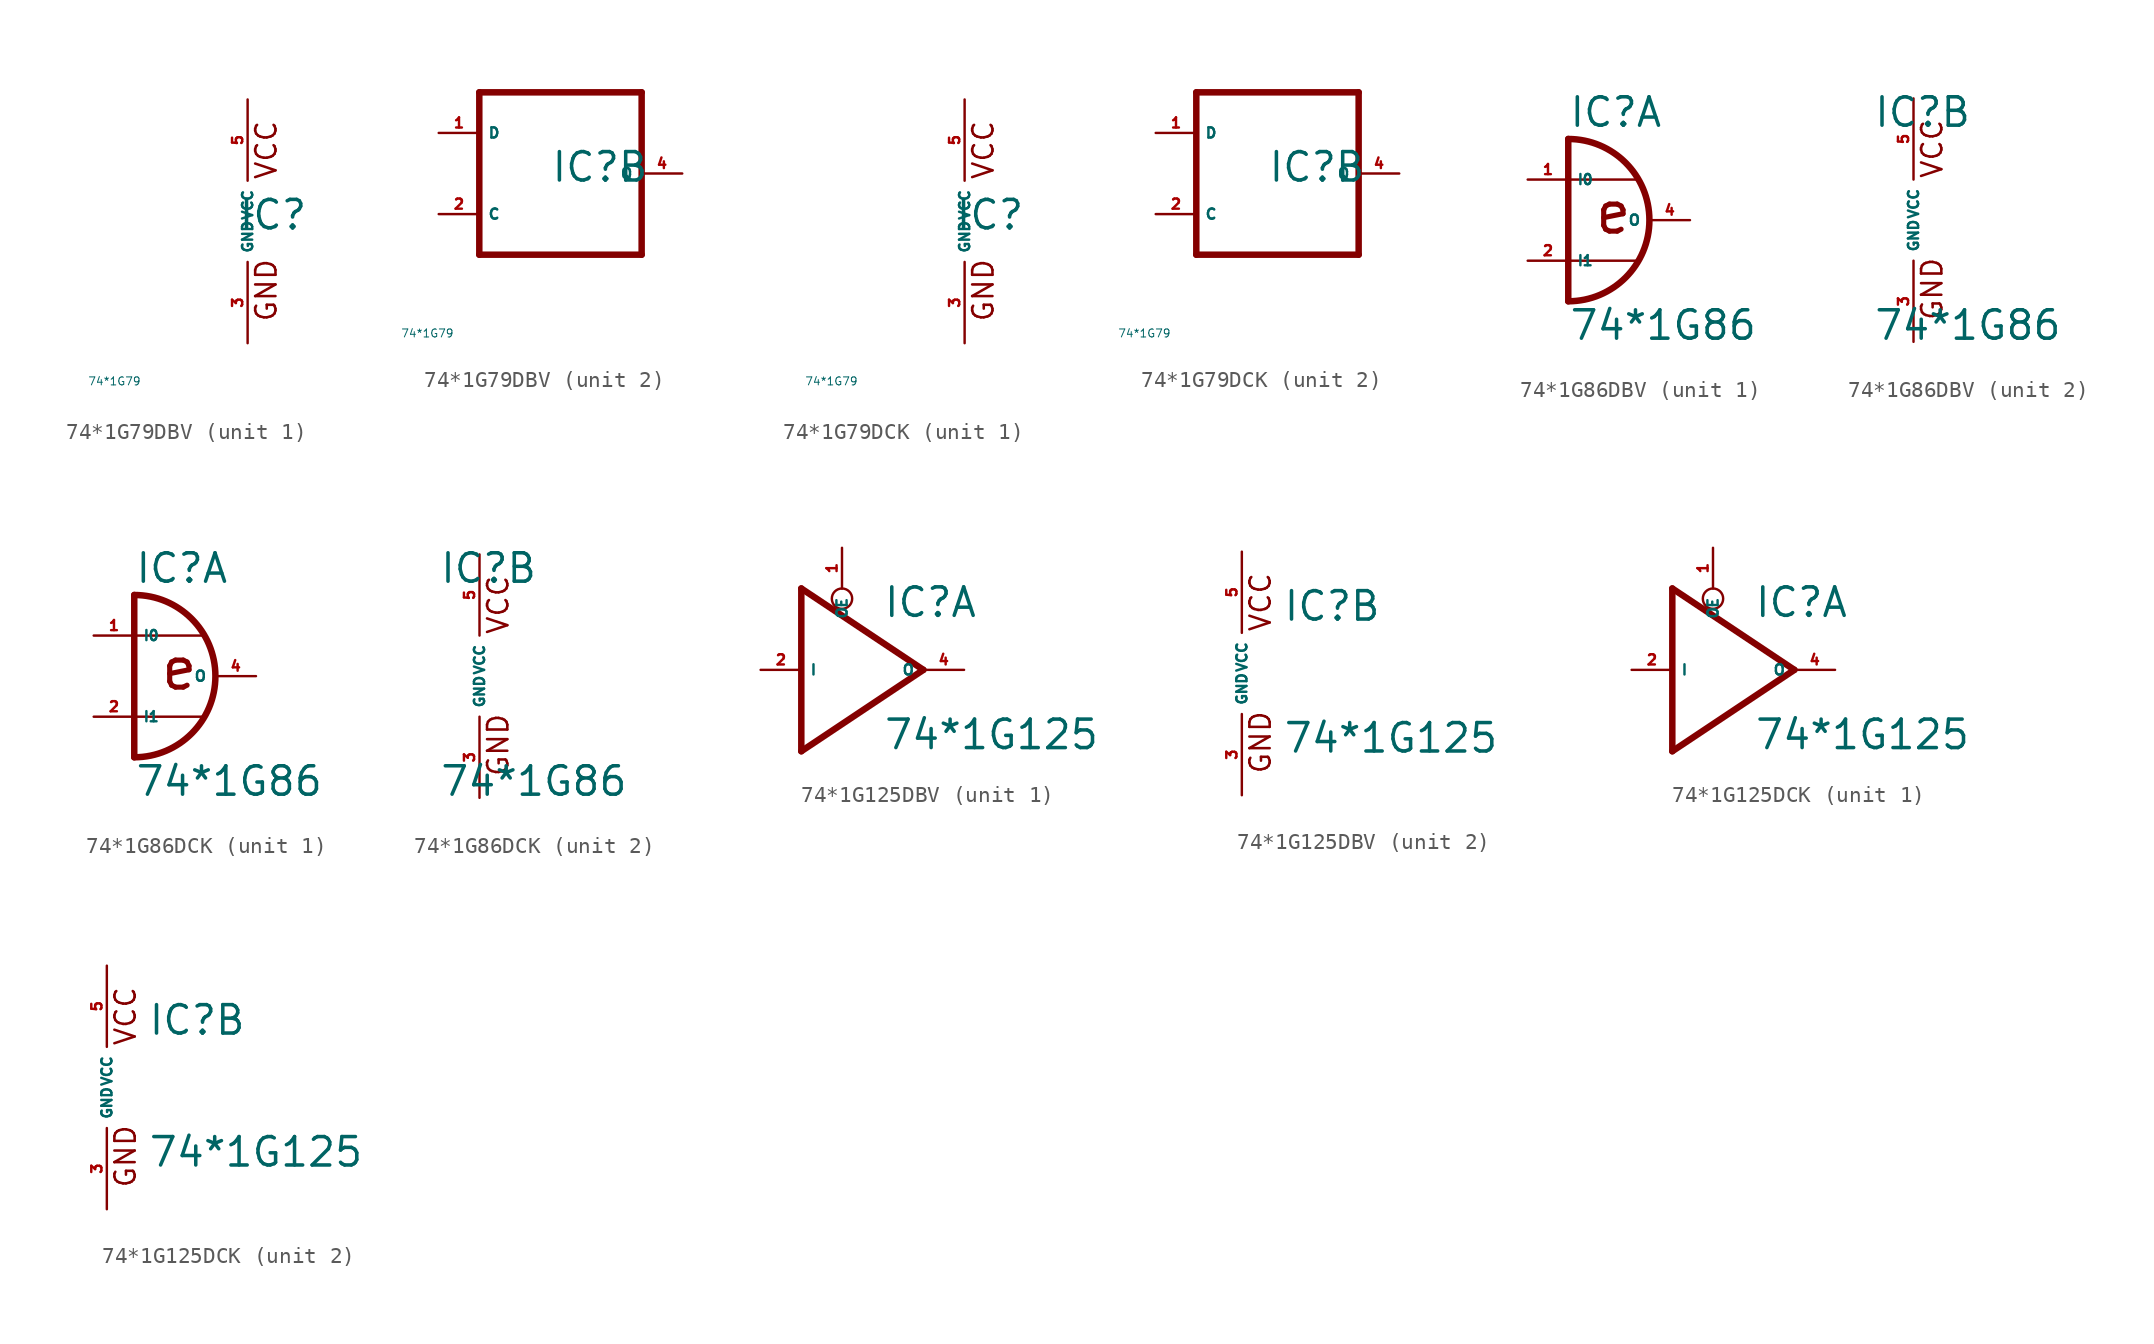
<source format=kicad_sym>
(kicad_symbol_lib
  (version 20220914)
  (generator Eagle2Kicad)
  (symbol "74*1G79DBV"
    (property "Reference" "IC"
      (at -0.635 -0.635 0)
      (effects (font (size 1.778 1.778) (thickness 0.22)) (justify left bottom)))
    (property "Value" "74*1G79"
      (at -10 -10 0)
      (effects (font (size 0.5 0.5) (thickness 0.06)) (justify left)))
    (symbol "74*1G79DBV_1_0"
      (text "GND" (at 1.905 -6.35 900) (effects (font (size 1.27 1.27) (thickness 0.16)) (justify left bottom)))
      (text "VCC" (at 1.905 2.54 900) (effects (font (size 1.27 1.27) (thickness 0.16)) (justify left bottom)))
      (pin unspecified line (at 0 -7.62 90) (length 5.08) (name "GND" (effects (font (size 0.635 0.635) (thickness 0.08)) (justify left bottom))) (number "3" (effects (font (size 0.635 0.635) (thickness 0.08)) (justify left bottom))))
      (pin unspecified line (at 0 7.62 270) (length 5.08) (name "VCC" (effects (font (size 0.635 0.635) (thickness 0.08)) (justify left bottom))) (number "5" (effects (font (size 0.635 0.635) (thickness 0.08)) (justify left bottom)))))
    (symbol "74*1G79DBV_2_0"
      (polyline (pts (xy -5.08 -5.08) (xy 5.08 -5.08)) (stroke (width 0.406) (type default)) (fill (type none)))
      (polyline (pts (xy 5.08 -5.08) (xy 5.08 5.08)) (stroke (width 0.406) (type default)) (fill (type none)))
      (polyline (pts (xy 5.08 5.08) (xy -5.08 5.08)) (stroke (width 0.406) (type default)) (fill (type none)))
      (polyline (pts (xy -5.08 5.08) (xy -5.08 -5.08)) (stroke (width 0.406) (type default)) (fill (type none)))
      (pin input line (at -7.62 2.54 0) (length 2.54) (name "D" (effects (font (size 0.635 0.635) (thickness 0.08)) (justify left bottom))) (number "1" (effects (font (size 0.635 0.635) (thickness 0.08)) (justify left bottom))))
      (pin input line (at -7.62 -2.54 0) (length 2.54) (name "C" (effects (font (size 0.635 0.635) (thickness 0.08)) (justify left bottom))) (number "2" (effects (font (size 0.635 0.635) (thickness 0.08)) (justify left bottom))))
      (pin output line (at 7.62 0 180) (length 2.54) (name "Q" (effects (font (size 0.635 0.635) (thickness 0.08)) (justify left bottom))) (number "4" (effects (font (size 0.635 0.635) (thickness 0.08)) (justify left bottom))))))
  (symbol "74*1G79DCK"
    (property "Reference" "IC"
      (at -0.635 -0.635 0)
      (effects (font (size 1.778 1.778) (thickness 0.22)) (justify left bottom)))
    (property "Value" "74*1G79"
      (at -10 -10 0)
      (effects (font (size 0.5 0.5) (thickness 0.06)) (justify left)))
    (symbol "74*1G79DCK_1_0"
      (text "GND" (at 1.905 -6.35 900) (effects (font (size 1.27 1.27) (thickness 0.16)) (justify left bottom)))
      (text "VCC" (at 1.905 2.54 900) (effects (font (size 1.27 1.27) (thickness 0.16)) (justify left bottom)))
      (pin unspecified line (at 0 -7.62 90) (length 5.08) (name "GND" (effects (font (size 0.635 0.635) (thickness 0.08)) (justify left bottom))) (number "3" (effects (font (size 0.635 0.635) (thickness 0.08)) (justify left bottom))))
      (pin unspecified line (at 0 7.62 270) (length 5.08) (name "VCC" (effects (font (size 0.635 0.635) (thickness 0.08)) (justify left bottom))) (number "5" (effects (font (size 0.635 0.635) (thickness 0.08)) (justify left bottom)))))
    (symbol "74*1G79DCK_2_0"
      (polyline (pts (xy -5.08 -5.08) (xy 5.08 -5.08)) (stroke (width 0.406) (type default)) (fill (type none)))
      (polyline (pts (xy 5.08 -5.08) (xy 5.08 5.08)) (stroke (width 0.406) (type default)) (fill (type none)))
      (polyline (pts (xy 5.08 5.08) (xy -5.08 5.08)) (stroke (width 0.406) (type default)) (fill (type none)))
      (polyline (pts (xy -5.08 5.08) (xy -5.08 -5.08)) (stroke (width 0.406) (type default)) (fill (type none)))
      (pin input line (at -7.62 2.54 0) (length 2.54) (name "D" (effects (font (size 0.635 0.635) (thickness 0.08)) (justify left bottom))) (number "1" (effects (font (size 0.635 0.635) (thickness 0.08)) (justify left bottom))))
      (pin input line (at -7.62 -2.54 0) (length 2.54) (name "C" (effects (font (size 0.635 0.635) (thickness 0.08)) (justify left bottom))) (number "2" (effects (font (size 0.635 0.635) (thickness 0.08)) (justify left bottom))))
      (pin output line (at 7.62 0 180) (length 2.54) (name "Q" (effects (font (size 0.635 0.635) (thickness 0.08)) (justify left bottom))) (number "4" (effects (font (size 0.635 0.635) (thickness 0.08)) (justify left bottom))))))
  (symbol "74*1G86DBV"
    (property "Reference" "IC"
      (at -2.54 5.715 0)
      (effects (font (size 1.778 1.778) (thickness 0.22)) (justify left bottom)))
    (property "Value" "74*1G86"
      (at -2.54 -7.62 0)
      (effects (font (size 1.778 1.778) (thickness 0.22)) (justify left bottom)))
    (symbol "74*1G86DBV_1_0"
      (arc (start -2.54 -5.08) (mid 2.540 0.000) (end -2.54 5.08) (stroke (width 0.4064) (type default)) (fill (type none)))
      (polyline (pts (xy 1.778 2.54) (xy -2.54 2.54)) (stroke (width 0.152) (type default)) (fill (type none)))
      (polyline (pts (xy 1.778 -2.54) (xy -2.54 -2.54)) (stroke (width 0.152) (type default)) (fill (type none)))
      (polyline (pts (xy -2.54 5.08) (xy -2.54 -5.08)) (stroke (width 0.406) (type default)) (fill (type none)))
      (text "e" (at -1.016 -1.016 0) (effects (font (size 2.54 2.54) (thickness 0.32)) (justify left bottom)))
      (pin input line (at -5.08 2.54 0) (length 2.54) (name "I0" (effects (font (size 0.635 0.635) (thickness 0.08)) (justify left bottom))) (number "1" (effects (font (size 0.635 0.635) (thickness 0.08)) (justify left bottom))))
      (pin input line (at -5.08 -2.54 0) (length 2.54) (name "I1" (effects (font (size 0.635 0.635) (thickness 0.08)) (justify left bottom))) (number "2" (effects (font (size 0.635 0.635) (thickness 0.08)) (justify left bottom))))
      (pin output line (at 5.08 0 180) (length 2.54) (name "O" (effects (font (size 0.635 0.635) (thickness 0.08)) (justify left bottom))) (number "4" (effects (font (size 0.635 0.635) (thickness 0.08)) (justify left bottom)))))
    (symbol "74*1G86DBV_2_0"
      (text "GND" (at 1.905 -6.35 900) (effects (font (size 1.27 1.27) (thickness 0.16)) (justify left bottom)))
      (text "VCC" (at 1.905 2.54 900) (effects (font (size 1.27 1.27) (thickness 0.16)) (justify left bottom)))
      (pin unspecified line (at 0 -7.62 90) (length 5.08) (name "GND" (effects (font (size 0.635 0.635) (thickness 0.08)) (justify left bottom))) (number "3" (effects (font (size 0.635 0.635) (thickness 0.08)) (justify left bottom))))
      (pin unspecified line (at 0 7.62 270) (length 5.08) (name "VCC" (effects (font (size 0.635 0.635) (thickness 0.08)) (justify left bottom))) (number "5" (effects (font (size 0.635 0.635) (thickness 0.08)) (justify left bottom))))))
  (symbol "74*1G86DCK"
    (property "Reference" "IC"
      (at -2.54 5.715 0)
      (effects (font (size 1.778 1.778) (thickness 0.22)) (justify left bottom)))
    (property "Value" "74*1G86"
      (at -2.54 -7.62 0)
      (effects (font (size 1.778 1.778) (thickness 0.22)) (justify left bottom)))
    (symbol "74*1G86DCK_1_0"
      (arc (start -2.54 -5.08) (mid 2.540 0.000) (end -2.54 5.08) (stroke (width 0.4064) (type default)) (fill (type none)))
      (polyline (pts (xy 1.778 2.54) (xy -2.54 2.54)) (stroke (width 0.152) (type default)) (fill (type none)))
      (polyline (pts (xy 1.778 -2.54) (xy -2.54 -2.54)) (stroke (width 0.152) (type default)) (fill (type none)))
      (polyline (pts (xy -2.54 5.08) (xy -2.54 -5.08)) (stroke (width 0.406) (type default)) (fill (type none)))
      (text "e" (at -1.016 -1.016 0) (effects (font (size 2.54 2.54) (thickness 0.32)) (justify left bottom)))
      (pin input line (at -5.08 2.54 0) (length 2.54) (name "I0" (effects (font (size 0.635 0.635) (thickness 0.08)) (justify left bottom))) (number "1" (effects (font (size 0.635 0.635) (thickness 0.08)) (justify left bottom))))
      (pin input line (at -5.08 -2.54 0) (length 2.54) (name "I1" (effects (font (size 0.635 0.635) (thickness 0.08)) (justify left bottom))) (number "2" (effects (font (size 0.635 0.635) (thickness 0.08)) (justify left bottom))))
      (pin output line (at 5.08 0 180) (length 2.54) (name "O" (effects (font (size 0.635 0.635) (thickness 0.08)) (justify left bottom))) (number "4" (effects (font (size 0.635 0.635) (thickness 0.08)) (justify left bottom)))))
    (symbol "74*1G86DCK_2_0"
      (text "GND" (at 1.905 -6.35 900) (effects (font (size 1.27 1.27) (thickness 0.16)) (justify left bottom)))
      (text "VCC" (at 1.905 2.54 900) (effects (font (size 1.27 1.27) (thickness 0.16)) (justify left bottom)))
      (pin unspecified line (at 0 -7.62 90) (length 5.08) (name "GND" (effects (font (size 0.635 0.635) (thickness 0.08)) (justify left bottom))) (number "3" (effects (font (size 0.635 0.635) (thickness 0.08)) (justify left bottom))))
      (pin unspecified line (at 0 7.62 270) (length 5.08) (name "VCC" (effects (font (size 0.635 0.635) (thickness 0.08)) (justify left bottom))) (number "5" (effects (font (size 0.635 0.635) (thickness 0.08)) (justify left bottom))))))
  (symbol "74*1G125DBV"
    (property "Reference" "IC"
      (at 2.54 3.175 0)
      (effects (font (size 1.778 1.778) (thickness 0.22)) (justify left bottom)))
    (property "Value" "74*1G125"
      (at 2.54 -5.08 0)
      (effects (font (size 1.778 1.778) (thickness 0.22)) (justify left bottom)))
    (symbol "74*1G125DBV_1_0"
      (polyline (pts (xy 5.08 0) (xy -2.54 5.08)) (stroke (width 0.406) (type default)) (fill (type none)))
      (polyline (pts (xy 5.08 0) (xy -2.54 -5.08)) (stroke (width 0.406) (type default)) (fill (type none)))
      (polyline (pts (xy -2.54 -5.08) (xy -2.54 5.08)) (stroke (width 0.406) (type default)) (fill (type none)))
      (circle (center 0 4.445) (radius 0.635) (stroke (width 0.152) (type default)) (fill (type none)))
      (pin input line (at 0 7.62 270) (length 2.54) (name "OE" (effects (font (size 0.635 0.635) (thickness 0.08)) (justify left bottom))) (number "1" (effects (font (size 0.635 0.635) (thickness 0.08)) (justify left bottom))))
      (pin input line (at -5.08 0 0) (length 2.54) (name "I" (effects (font (size 0.635 0.635) (thickness 0.08)) (justify left bottom))) (number "2" (effects (font (size 0.635 0.635) (thickness 0.08)) (justify left bottom))))
      (pin tri_state line (at 7.62 0 180) (length 2.54) (name "O" (effects (font (size 0.635 0.635) (thickness 0.08)) (justify left bottom))) (number "4" (effects (font (size 0.635 0.635) (thickness 0.08)) (justify left bottom)))))
    (symbol "74*1G125DBV_2_0"
      (text "GND" (at 1.905 -6.35 900) (effects (font (size 1.27 1.27) (thickness 0.16)) (justify left bottom)))
      (text "VCC" (at 1.905 2.54 900) (effects (font (size 1.27 1.27) (thickness 0.16)) (justify left bottom)))
      (pin unspecified line (at 0 -7.62 90) (length 5.08) (name "GND" (effects (font (size 0.635 0.635) (thickness 0.08)) (justify left bottom))) (number "3" (effects (font (size 0.635 0.635) (thickness 0.08)) (justify left bottom))))
      (pin unspecified line (at 0 7.62 270) (length 5.08) (name "VCC" (effects (font (size 0.635 0.635) (thickness 0.08)) (justify left bottom))) (number "5" (effects (font (size 0.635 0.635) (thickness 0.08)) (justify left bottom))))))
  (symbol "74*1G125DCK"
    (property "Reference" "IC"
      (at 2.54 3.175 0)
      (effects (font (size 1.778 1.778) (thickness 0.22)) (justify left bottom)))
    (property "Value" "74*1G125"
      (at 2.54 -5.08 0)
      (effects (font (size 1.778 1.778) (thickness 0.22)) (justify left bottom)))
    (symbol "74*1G125DCK_1_0"
      (polyline (pts (xy 5.08 0) (xy -2.54 5.08)) (stroke (width 0.406) (type default)) (fill (type none)))
      (polyline (pts (xy 5.08 0) (xy -2.54 -5.08)) (stroke (width 0.406) (type default)) (fill (type none)))
      (polyline (pts (xy -2.54 -5.08) (xy -2.54 5.08)) (stroke (width 0.406) (type default)) (fill (type none)))
      (circle (center 0 4.445) (radius 0.635) (stroke (width 0.152) (type default)) (fill (type none)))
      (pin input line (at 0 7.62 270) (length 2.54) (name "OE" (effects (font (size 0.635 0.635) (thickness 0.08)) (justify left bottom))) (number "1" (effects (font (size 0.635 0.635) (thickness 0.08)) (justify left bottom))))
      (pin input line (at -5.08 0 0) (length 2.54) (name "I" (effects (font (size 0.635 0.635) (thickness 0.08)) (justify left bottom))) (number "2" (effects (font (size 0.635 0.635) (thickness 0.08)) (justify left bottom))))
      (pin tri_state line (at 7.62 0 180) (length 2.54) (name "O" (effects (font (size 0.635 0.635) (thickness 0.08)) (justify left bottom))) (number "4" (effects (font (size 0.635 0.635) (thickness 0.08)) (justify left bottom)))))
    (symbol "74*1G125DCK_2_0"
      (text "GND" (at 1.905 -6.35 900) (effects (font (size 1.27 1.27) (thickness 0.16)) (justify left bottom)))
      (text "VCC" (at 1.905 2.54 900) (effects (font (size 1.27 1.27) (thickness 0.16)) (justify left bottom)))
      (pin unspecified line (at 0 -7.62 90) (length 5.08) (name "GND" (effects (font (size 0.635 0.635) (thickness 0.08)) (justify left bottom))) (number "3" (effects (font (size 0.635 0.635) (thickness 0.08)) (justify left bottom))))
      (pin unspecified line (at 0 7.62 270) (length 5.08) (name "VCC" (effects (font (size 0.635 0.635) (thickness 0.08)) (justify left bottom))) (number "5" (effects (font (size 0.635 0.635) (thickness 0.08)) (justify left bottom)))))))
</source>
